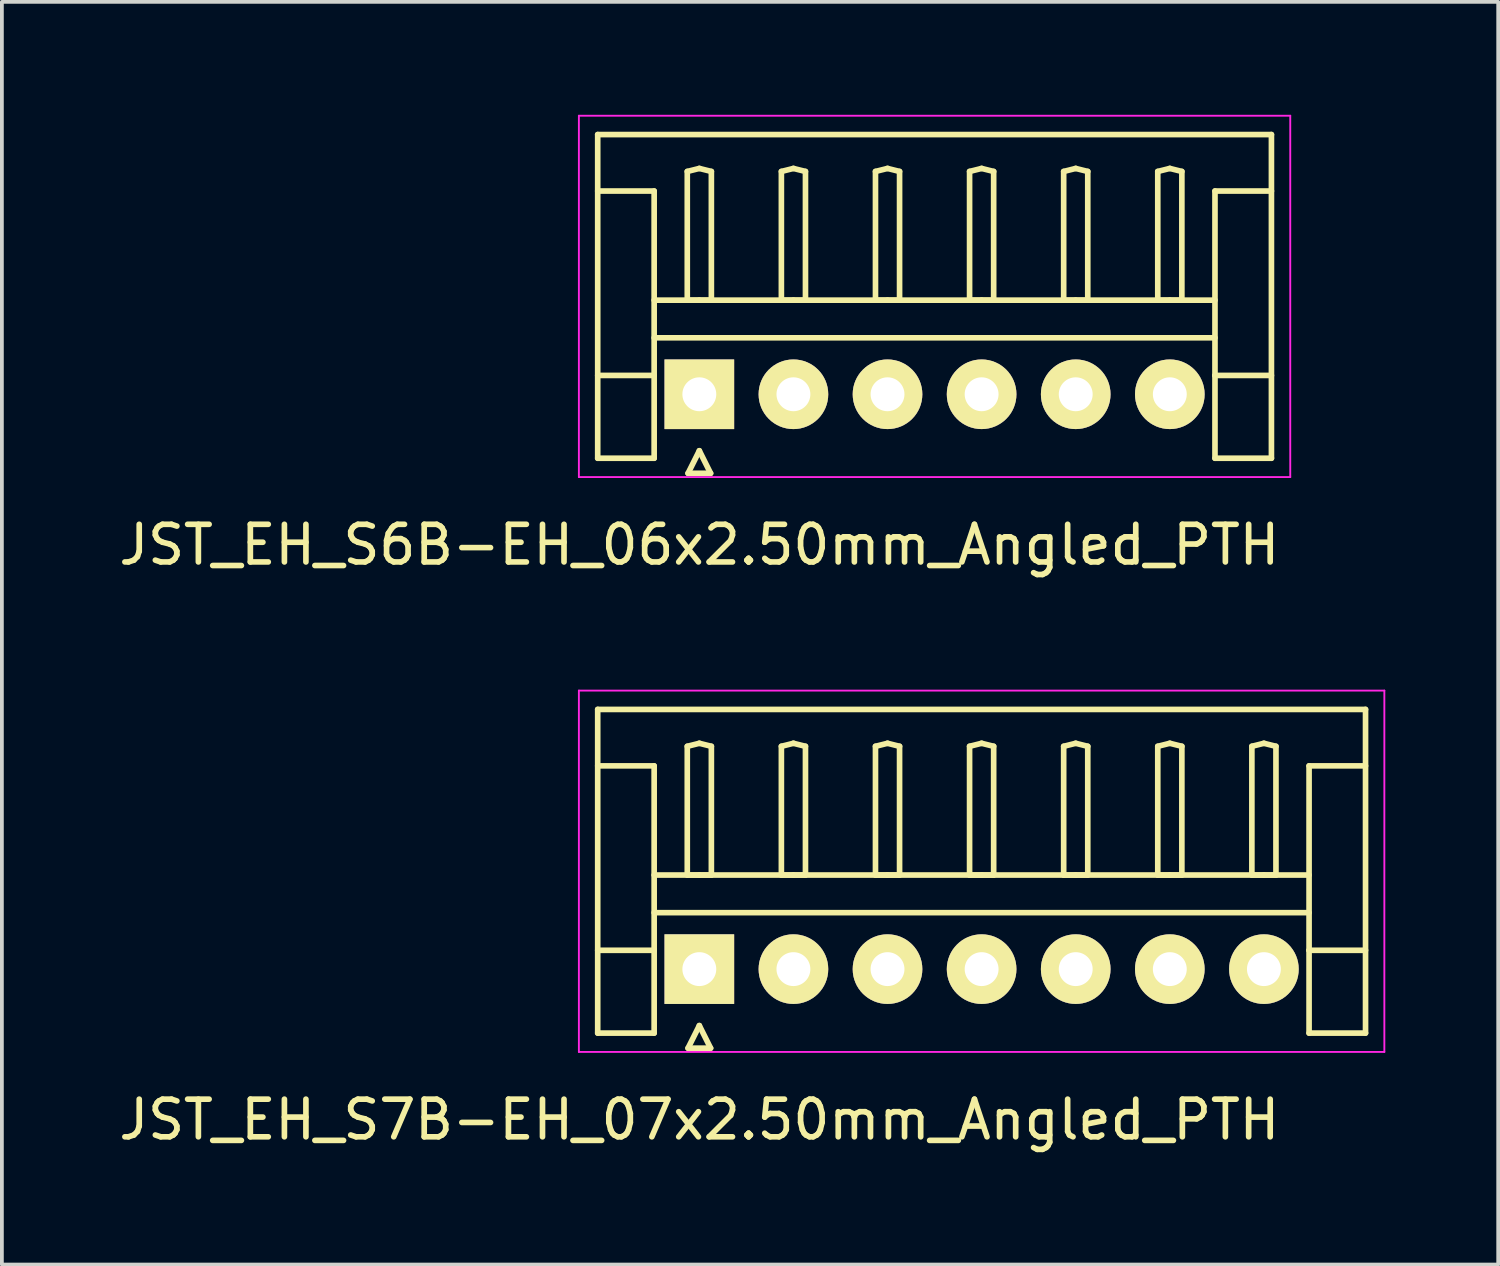
<source format=kicad_pcb>
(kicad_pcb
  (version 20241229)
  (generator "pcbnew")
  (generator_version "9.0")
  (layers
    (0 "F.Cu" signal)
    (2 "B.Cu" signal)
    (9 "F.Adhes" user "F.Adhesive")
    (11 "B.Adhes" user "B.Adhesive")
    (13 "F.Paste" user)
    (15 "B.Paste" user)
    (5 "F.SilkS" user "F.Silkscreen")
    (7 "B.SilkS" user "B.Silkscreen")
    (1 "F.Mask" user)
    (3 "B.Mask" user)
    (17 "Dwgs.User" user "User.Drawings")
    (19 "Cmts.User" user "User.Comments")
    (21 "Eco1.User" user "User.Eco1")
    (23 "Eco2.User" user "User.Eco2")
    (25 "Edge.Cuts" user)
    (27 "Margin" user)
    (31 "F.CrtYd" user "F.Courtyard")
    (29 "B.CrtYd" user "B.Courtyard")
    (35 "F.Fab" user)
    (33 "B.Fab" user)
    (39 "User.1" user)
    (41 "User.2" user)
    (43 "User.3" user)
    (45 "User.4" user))
  (footprint "JST_EH_S7B-EH_07x2.50mm_Angled_PTH"
    (layer "F.Cu")
    (at 15.53 22.698)
    (property "Reference" "JST_EH_S7B-EH_07x2.50mm_Angled_PTH" (at 0 4 0) (layer "F.SilkS") (effects (font (size 1 1) (thickness 0.15))))
    (attr through_hole)
    (fp_line (start -2.7 -6.9) (end 17.7 -6.9) (stroke (width 0.15) (type solid)) (layer "F.SilkS"))
    (fp_line (start -2.7 -5.4) (end -1.2 -5.4) (stroke (width 0.15) (type solid)) (layer "F.SilkS"))
    (fp_line (start -2.7 1.7) (end -2.7 -6.9) (stroke (width 0.15) (type solid)) (layer "F.SilkS"))
    (fp_line (start -1.2 -5.4) (end -1.2 -0.5) (stroke (width 0.15) (type solid)) (layer "F.SilkS"))
    (fp_line (start -1.2 -2.5) (end 16.2 -2.5) (stroke (width 0.15) (type solid)) (layer "F.SilkS"))
    (fp_line (start -1.2 -1.5) (end 16.2 -1.5) (stroke (width 0.15) (type solid)) (layer "F.SilkS"))
    (fp_line (start -1.2 -0.5) (end -2.7 -0.5) (stroke (width 0.15) (type solid)) (layer "F.SilkS"))
    (fp_line (start -1.2 -0.5) (end -1.2 1.7) (stroke (width 0.15) (type solid)) (layer "F.SilkS"))
    (fp_line (start -1.2 1.7) (end -2.7 1.7) (stroke (width 0.15) (type solid)) (layer "F.SilkS"))
    (fp_line (start -0.32 -5.92) (end 0 -6) (stroke (width 0.15) (type solid)) (layer "F.SilkS"))
    (fp_line (start -0.32 -2.5) (end -0.32 -5.92) (stroke (width 0.15) (type solid)) (layer "F.SilkS"))
    (fp_line (start -0.3 2.1) (end 0.3 2.1) (stroke (width 0.15) (type solid)) (layer "F.SilkS"))
    (fp_line (start 0 -6) (end 0.32 -5.92) (stroke (width 0.15) (type solid)) (layer "F.SilkS"))
    (fp_line (start 0 -2.5) (end -0.32 -2.5) (stroke (width 0.15) (type solid)) (layer "F.SilkS"))
    (fp_line (start 0 1.5) (end -0.3 2.1) (stroke (width 0.15) (type solid)) (layer "F.SilkS"))
    (fp_line (start 0.3 2.1) (end 0 1.5) (stroke (width 0.15) (type solid)) (layer "F.SilkS"))
    (fp_line (start 0.32 -5.92) (end 0.32 -2.5) (stroke (width 0.15) (type solid)) (layer "F.SilkS"))
    (fp_line (start 0.32 -2.5) (end 0 -2.5) (stroke (width 0.15) (type solid)) (layer "F.SilkS"))
    (fp_line (start 2.18 -5.92) (end 2.5 -6) (stroke (width 0.15) (type solid)) (layer "F.SilkS"))
    (fp_line (start 2.18 -2.5) (end 2.18 -5.92) (stroke (width 0.15) (type solid)) (layer "F.SilkS"))
    (fp_line (start 2.5 -6) (end 2.82 -5.92) (stroke (width 0.15) (type solid)) (layer "F.SilkS"))
    (fp_line (start 2.5 -2.5) (end 2.18 -2.5) (stroke (width 0.15) (type solid)) (layer "F.SilkS"))
    (fp_line (start 2.82 -5.92) (end 2.82 -2.5) (stroke (width 0.15) (type solid)) (layer "F.SilkS"))
    (fp_line (start 2.82 -2.5) (end 2.5 -2.5) (stroke (width 0.15) (type solid)) (layer "F.SilkS"))
    (fp_line (start 4.68 -5.92) (end 5 -6) (stroke (width 0.15) (type solid)) (layer "F.SilkS"))
    (fp_line (start 4.68 -2.5) (end 4.68 -5.92) (stroke (width 0.15) (type solid)) (layer "F.SilkS"))
    (fp_line (start 5 -6) (end 5.32 -5.92) (stroke (width 0.15) (type solid)) (layer "F.SilkS"))
    (fp_line (start 5 -2.5) (end 4.68 -2.5) (stroke (width 0.15) (type solid)) (layer "F.SilkS"))
    (fp_line (start 5.32 -5.92) (end 5.32 -2.5) (stroke (width 0.15) (type solid)) (layer "F.SilkS"))
    (fp_line (start 5.32 -2.5) (end 5 -2.5) (stroke (width 0.15) (type solid)) (layer "F.SilkS"))
    (fp_line (start 7.18 -5.92) (end 7.5 -6) (stroke (width 0.15) (type solid)) (layer "F.SilkS"))
    (fp_line (start 7.18 -2.5) (end 7.18 -5.92) (stroke (width 0.15) (type solid)) (layer "F.SilkS"))
    (fp_line (start 7.5 -6) (end 7.82 -5.92) (stroke (width 0.15) (type solid)) (layer "F.SilkS"))
    (fp_line (start 7.5 -2.5) (end 7.18 -2.5) (stroke (width 0.15) (type solid)) (layer "F.SilkS"))
    (fp_line (start 7.82 -5.92) (end 7.82 -2.5) (stroke (width 0.15) (type solid)) (layer "F.SilkS"))
    (fp_line (start 7.82 -2.5) (end 7.5 -2.5) (stroke (width 0.15) (type solid)) (layer "F.SilkS"))
    (fp_line (start 9.68 -5.92) (end 10 -6) (stroke (width 0.15) (type solid)) (layer "F.SilkS"))
    (fp_line (start 9.68 -2.5) (end 9.68 -5.92) (stroke (width 0.15) (type solid)) (layer "F.SilkS"))
    (fp_line (start 10 -6) (end 10.32 -5.92) (stroke (width 0.15) (type solid)) (layer "F.SilkS"))
    (fp_line (start 10 -2.5) (end 9.68 -2.5) (stroke (width 0.15) (type solid)) (layer "F.SilkS"))
    (fp_line (start 10.32 -5.92) (end 10.32 -2.5) (stroke (width 0.15) (type solid)) (layer "F.SilkS"))
    (fp_line (start 10.32 -2.5) (end 10 -2.5) (stroke (width 0.15) (type solid)) (layer "F.SilkS"))
    (fp_line (start 12.18 -5.92) (end 12.5 -6) (stroke (width 0.15) (type solid)) (layer "F.SilkS"))
    (fp_line (start 12.18 -2.5) (end 12.18 -5.92) (stroke (width 0.15) (type solid)) (layer "F.SilkS"))
    (fp_line (start 12.5 -6) (end 12.82 -5.92) (stroke (width 0.15) (type solid)) (layer "F.SilkS"))
    (fp_line (start 12.5 -2.5) (end 12.18 -2.5) (stroke (width 0.15) (type solid)) (layer "F.SilkS"))
    (fp_line (start 12.82 -5.92) (end 12.82 -2.5) (stroke (width 0.15) (type solid)) (layer "F.SilkS"))
    (fp_line (start 12.82 -2.5) (end 12.5 -2.5) (stroke (width 0.15) (type solid)) (layer "F.SilkS"))
    (fp_line (start 14.68 -5.92) (end 15 -6) (stroke (width 0.15) (type solid)) (layer "F.SilkS"))
    (fp_line (start 14.68 -2.5) (end 14.68 -5.92) (stroke (width 0.15) (type solid)) (layer "F.SilkS"))
    (fp_line (start 15 -6) (end 15.32 -5.92) (stroke (width 0.15) (type solid)) (layer "F.SilkS"))
    (fp_line (start 15 -2.5) (end 14.68 -2.5) (stroke (width 0.15) (type solid)) (layer "F.SilkS"))
    (fp_line (start 15.32 -5.92) (end 15.32 -2.5) (stroke (width 0.15) (type solid)) (layer "F.SilkS"))
    (fp_line (start 15.32 -2.5) (end 15 -2.5) (stroke (width 0.15) (type solid)) (layer "F.SilkS"))
    (fp_line (start 16.2 -5.4) (end 16.2 -0.5) (stroke (width 0.15) (type solid)) (layer "F.SilkS"))
    (fp_line (start 16.2 -0.5) (end 17.7 -0.5) (stroke (width 0.15) (type solid)) (layer "F.SilkS"))
    (fp_line (start 16.2 1.7) (end 16.2 -0.5) (stroke (width 0.15) (type solid)) (layer "F.SilkS"))
    (fp_line (start 17.7 -6.9) (end 17.7 1.7) (stroke (width 0.15) (type solid)) (layer "F.SilkS"))
    (fp_line (start 17.7 -5.4) (end 16.2 -5.4) (stroke (width 0.15) (type solid)) (layer "F.SilkS"))
    (fp_line (start 17.7 1.7) (end 16.2 1.7) (stroke (width 0.15) (type solid)) (layer "F.SilkS"))
    (fp_line (start -3.2 -7.4) (end -3.2 2.2) (stroke (width 0.05) (type solid)) (layer "F.CrtYd"))
    (fp_line (start -3.2 2.2) (end 18.2 2.2) (stroke (width 0.05) (type solid)) (layer "F.CrtYd"))
    (fp_line (start 18.2 -7.4) (end -3.2 -7.4) (stroke (width 0.05) (type solid)) (layer "F.CrtYd"))
    (fp_line (start 18.2 2.2) (end 18.2 -7.4) (stroke (width 0.05) (type solid)) (layer "F.CrtYd"))
    (pad "1" thru_hole rect (at 0 0) (size 1.85 1.85) (drill 0.9) (layers "*.Cu" "*.Mask" "F.SilkS"))
    (pad "2" thru_hole circle (at 2.5 0) (size 1.85 1.85) (drill 0.9) (layers "*.Cu" "*.Mask" "F.SilkS"))
    (pad "3" thru_hole circle (at 5 0) (size 1.85 1.85) (drill 0.9) (layers "*.Cu" "*.Mask" "F.SilkS"))
    (pad "4" thru_hole circle (at 7.5 0) (size 1.85 1.85) (drill 0.9) (layers "*.Cu" "*.Mask" "F.SilkS"))
    (pad "5" thru_hole circle (at 10 0) (size 1.85 1.85) (drill 0.9) (layers "*.Cu" "*.Mask" "F.SilkS"))
    (pad "6" thru_hole circle (at 12.5 0) (size 1.85 1.85) (drill 0.9) (layers "*.Cu" "*.Mask" "F.SilkS"))
    (pad "7" thru_hole circle (at 15 0) (size 1.85 1.85) (drill 0.9) (layers "*.Cu" "*.Mask" "F.SilkS")))
  (footprint "JST_EH_S6B-EH_06x2.50mm_Angled_PTH"
    (layer "F.Cu")
    (at 15.53 7.425)
    (property "Reference" "JST_EH_S6B-EH_06x2.50mm_Angled_PTH" (at 0 4 0) (layer "F.SilkS") (effects (font (size 1 1) (thickness 0.15))))
    (attr through_hole)
    (fp_line (start -2.7 -6.9) (end 15.2 -6.9) (stroke (width 0.15) (type solid)) (layer "F.SilkS"))
    (fp_line (start -2.7 -5.4) (end -1.2 -5.4) (stroke (width 0.15) (type solid)) (layer "F.SilkS"))
    (fp_line (start -2.7 1.7) (end -2.7 -6.9) (stroke (width 0.15) (type solid)) (layer "F.SilkS"))
    (fp_line (start -1.2 -5.4) (end -1.2 -0.5) (stroke (width 0.15) (type solid)) (layer "F.SilkS"))
    (fp_line (start -1.2 -2.5) (end 13.7 -2.5) (stroke (width 0.15) (type solid)) (layer "F.SilkS"))
    (fp_line (start -1.2 -1.5) (end 13.7 -1.5) (stroke (width 0.15) (type solid)) (layer "F.SilkS"))
    (fp_line (start -1.2 -0.5) (end -2.7 -0.5) (stroke (width 0.15) (type solid)) (layer "F.SilkS"))
    (fp_line (start -1.2 -0.5) (end -1.2 1.7) (stroke (width 0.15) (type solid)) (layer "F.SilkS"))
    (fp_line (start -1.2 1.7) (end -2.7 1.7) (stroke (width 0.15) (type solid)) (layer "F.SilkS"))
    (fp_line (start -0.32 -5.92) (end 0 -6) (stroke (width 0.15) (type solid)) (layer "F.SilkS"))
    (fp_line (start -0.32 -2.5) (end -0.32 -5.92) (stroke (width 0.15) (type solid)) (layer "F.SilkS"))
    (fp_line (start -0.3 2.1) (end 0.3 2.1) (stroke (width 0.15) (type solid)) (layer "F.SilkS"))
    (fp_line (start 0 -6) (end 0.32 -5.92) (stroke (width 0.15) (type solid)) (layer "F.SilkS"))
    (fp_line (start 0 -2.5) (end -0.32 -2.5) (stroke (width 0.15) (type solid)) (layer "F.SilkS"))
    (fp_line (start 0 1.5) (end -0.3 2.1) (stroke (width 0.15) (type solid)) (layer "F.SilkS"))
    (fp_line (start 0.3 2.1) (end 0 1.5) (stroke (width 0.15) (type solid)) (layer "F.SilkS"))
    (fp_line (start 0.32 -5.92) (end 0.32 -2.5) (stroke (width 0.15) (type solid)) (layer "F.SilkS"))
    (fp_line (start 0.32 -2.5) (end 0 -2.5) (stroke (width 0.15) (type solid)) (layer "F.SilkS"))
    (fp_line (start 2.18 -5.92) (end 2.5 -6) (stroke (width 0.15) (type solid)) (layer "F.SilkS"))
    (fp_line (start 2.18 -2.5) (end 2.18 -5.92) (stroke (width 0.15) (type solid)) (layer "F.SilkS"))
    (fp_line (start 2.5 -6) (end 2.82 -5.92) (stroke (width 0.15) (type solid)) (layer "F.SilkS"))
    (fp_line (start 2.5 -2.5) (end 2.18 -2.5) (stroke (width 0.15) (type solid)) (layer "F.SilkS"))
    (fp_line (start 2.82 -5.92) (end 2.82 -2.5) (stroke (width 0.15) (type solid)) (layer "F.SilkS"))
    (fp_line (start 2.82 -2.5) (end 2.5 -2.5) (stroke (width 0.15) (type solid)) (layer "F.SilkS"))
    (fp_line (start 4.68 -5.92) (end 5 -6) (stroke (width 0.15) (type solid)) (layer "F.SilkS"))
    (fp_line (start 4.68 -2.5) (end 4.68 -5.92) (stroke (width 0.15) (type solid)) (layer "F.SilkS"))
    (fp_line (start 5 -6) (end 5.32 -5.92) (stroke (width 0.15) (type solid)) (layer "F.SilkS"))
    (fp_line (start 5 -2.5) (end 4.68 -2.5) (stroke (width 0.15) (type solid)) (layer "F.SilkS"))
    (fp_line (start 5.32 -5.92) (end 5.32 -2.5) (stroke (width 0.15) (type solid)) (layer "F.SilkS"))
    (fp_line (start 5.32 -2.5) (end 5 -2.5) (stroke (width 0.15) (type solid)) (layer "F.SilkS"))
    (fp_line (start 7.18 -5.92) (end 7.5 -6) (stroke (width 0.15) (type solid)) (layer "F.SilkS"))
    (fp_line (start 7.18 -2.5) (end 7.18 -5.92) (stroke (width 0.15) (type solid)) (layer "F.SilkS"))
    (fp_line (start 7.5 -6) (end 7.82 -5.92) (stroke (width 0.15) (type solid)) (layer "F.SilkS"))
    (fp_line (start 7.5 -2.5) (end 7.18 -2.5) (stroke (width 0.15) (type solid)) (layer "F.SilkS"))
    (fp_line (start 7.82 -5.92) (end 7.82 -2.5) (stroke (width 0.15) (type solid)) (layer "F.SilkS"))
    (fp_line (start 7.82 -2.5) (end 7.5 -2.5) (stroke (width 0.15) (type solid)) (layer "F.SilkS"))
    (fp_line (start 9.68 -5.92) (end 10 -6) (stroke (width 0.15) (type solid)) (layer "F.SilkS"))
    (fp_line (start 9.68 -2.5) (end 9.68 -5.92) (stroke (width 0.15) (type solid)) (layer "F.SilkS"))
    (fp_line (start 10 -6) (end 10.32 -5.92) (stroke (width 0.15) (type solid)) (layer "F.SilkS"))
    (fp_line (start 10 -2.5) (end 9.68 -2.5) (stroke (width 0.15) (type solid)) (layer "F.SilkS"))
    (fp_line (start 10.32 -5.92) (end 10.32 -2.5) (stroke (width 0.15) (type solid)) (layer "F.SilkS"))
    (fp_line (start 10.32 -2.5) (end 10 -2.5) (stroke (width 0.15) (type solid)) (layer "F.SilkS"))
    (fp_line (start 12.18 -5.92) (end 12.5 -6) (stroke (width 0.15) (type solid)) (layer "F.SilkS"))
    (fp_line (start 12.18 -2.5) (end 12.18 -5.92) (stroke (width 0.15) (type solid)) (layer "F.SilkS"))
    (fp_line (start 12.5 -6) (end 12.82 -5.92) (stroke (width 0.15) (type solid)) (layer "F.SilkS"))
    (fp_line (start 12.5 -2.5) (end 12.18 -2.5) (stroke (width 0.15) (type solid)) (layer "F.SilkS"))
    (fp_line (start 12.82 -5.92) (end 12.82 -2.5) (stroke (width 0.15) (type solid)) (layer "F.SilkS"))
    (fp_line (start 12.82 -2.5) (end 12.5 -2.5) (stroke (width 0.15) (type solid)) (layer "F.SilkS"))
    (fp_line (start 13.7 -5.4) (end 13.7 -0.5) (stroke (width 0.15) (type solid)) (layer "F.SilkS"))
    (fp_line (start 13.7 -0.5) (end 15.2 -0.5) (stroke (width 0.15) (type solid)) (layer "F.SilkS"))
    (fp_line (start 13.7 1.7) (end 13.7 -0.5) (stroke (width 0.15) (type solid)) (layer "F.SilkS"))
    (fp_line (start 15.2 -6.9) (end 15.2 1.7) (stroke (width 0.15) (type solid)) (layer "F.SilkS"))
    (fp_line (start 15.2 -5.4) (end 13.7 -5.4) (stroke (width 0.15) (type solid)) (layer "F.SilkS"))
    (fp_line (start 15.2 1.7) (end 13.7 1.7) (stroke (width 0.15) (type solid)) (layer "F.SilkS"))
    (fp_line (start -3.2 -7.4) (end -3.2 2.2) (stroke (width 0.05) (type solid)) (layer "F.CrtYd"))
    (fp_line (start -3.2 2.2) (end 15.7 2.2) (stroke (width 0.05) (type solid)) (layer "F.CrtYd"))
    (fp_line (start 15.7 -7.4) (end -3.2 -7.4) (stroke (width 0.05) (type solid)) (layer "F.CrtYd"))
    (fp_line (start 15.7 2.2) (end 15.7 -7.4) (stroke (width 0.05) (type solid)) (layer "F.CrtYd"))
    (pad "1" thru_hole rect (at 0 0) (size 1.85 1.85) (drill 0.9) (layers "*.Cu" "*.Mask" "F.SilkS"))
    (pad "2" thru_hole circle (at 2.5 0) (size 1.85 1.85) (drill 0.9) (layers "*.Cu" "*.Mask" "F.SilkS"))
    (pad "3" thru_hole circle (at 5 0) (size 1.85 1.85) (drill 0.9) (layers "*.Cu" "*.Mask" "F.SilkS"))
    (pad "4" thru_hole circle (at 7.5 0) (size 1.85 1.85) (drill 0.9) (layers "*.Cu" "*.Mask" "F.SilkS"))
    (pad "5" thru_hole circle (at 10 0) (size 1.85 1.85) (drill 0.9) (layers "*.Cu" "*.Mask" "F.SilkS"))
    (pad "6" thru_hole circle (at 12.5 0) (size 1.85 1.85) (drill 0.9) (layers "*.Cu" "*.Mask" "F.SilkS")))
  (gr_rect
    (start -3 -3)
    (end 36.755 30.547)
    (stroke (width 0.1) (type default))
    (fill no)
    (layer "Edge.Cuts")))
</source>
